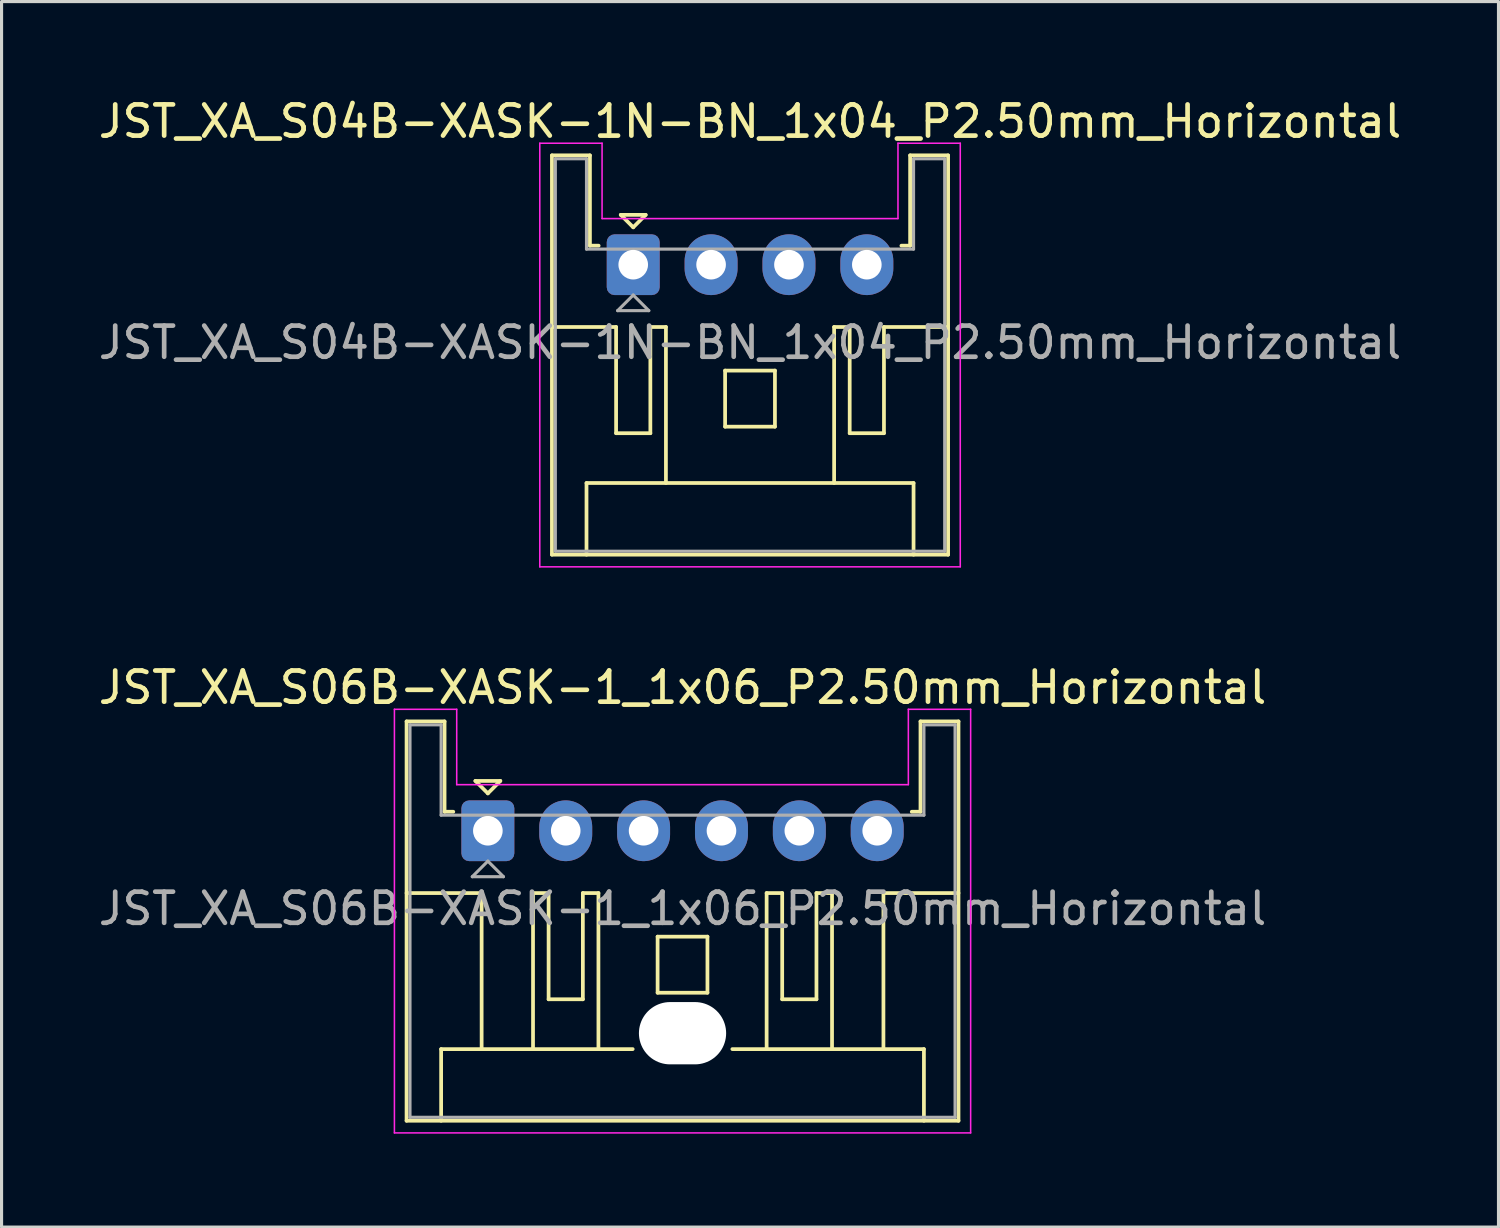
<source format=kicad_pcb>
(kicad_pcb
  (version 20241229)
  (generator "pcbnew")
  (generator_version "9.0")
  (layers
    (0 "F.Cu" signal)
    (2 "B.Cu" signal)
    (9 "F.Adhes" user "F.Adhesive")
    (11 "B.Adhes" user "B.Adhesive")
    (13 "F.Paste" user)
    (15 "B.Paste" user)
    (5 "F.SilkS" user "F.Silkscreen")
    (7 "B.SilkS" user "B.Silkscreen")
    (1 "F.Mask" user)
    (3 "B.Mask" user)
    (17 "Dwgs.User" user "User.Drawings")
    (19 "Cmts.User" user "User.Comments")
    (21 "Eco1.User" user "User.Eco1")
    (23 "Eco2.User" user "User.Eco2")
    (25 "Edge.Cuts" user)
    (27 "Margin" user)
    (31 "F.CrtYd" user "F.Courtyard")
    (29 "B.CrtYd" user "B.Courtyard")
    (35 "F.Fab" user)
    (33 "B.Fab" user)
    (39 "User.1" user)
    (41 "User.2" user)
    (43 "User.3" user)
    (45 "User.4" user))
  (footprint "JST_XA_S04B-XASK-1N-BN_1x04_P2.50mm_Horizontal"
    (layer "F.Cu")
    (at 17.28 5.448)
    (property "Reference" "JST_XA_S04B-XASK-1N-BN_1x04_P2.50mm_Horizontal" (at 3.75 -4.6 0) (layer "F.SilkS") (effects (font (size 1 1) (thickness 0.15))))
    (attr through_hole)
    (fp_line (start -2.61 -3.51) (end -2.61 9.31) (stroke (width 0.12) (type solid)) (layer "F.SilkS"))
    (fp_line (start -2.61 9.31) (end 10.11 9.31) (stroke (width 0.12) (type solid)) (layer "F.SilkS"))
    (fp_line (start -1.5 7.01) (end 9 7.01) (stroke (width 0.12) (type solid)) (layer "F.SilkS"))
    (fp_line (start -1.5 9.31) (end -1.5 7.01) (stroke (width 0.12) (type solid)) (layer "F.SilkS"))
    (fp_line (start -1.39 -3.51) (end -2.61 -3.51) (stroke (width 0.12) (type solid)) (layer "F.SilkS"))
    (fp_line (start -1.39 -0.61) (end -1.39 -3.51) (stroke (width 0.12) (type solid)) (layer "F.SilkS"))
    (fp_line (start -1.11 -0.61) (end -1.39 -0.61) (stroke (width 0.12) (type solid)) (layer "F.SilkS"))
    (fp_line (start -0.55 2) (end -2.61 2) (stroke (width 0.12) (type solid)) (layer "F.SilkS"))
    (fp_line (start -0.55 5.41) (end -0.55 2) (stroke (width 0.12) (type solid)) (layer "F.SilkS"))
    (fp_line (start -0.4 -1.6) (end 0.4 -1.6) (stroke (width 0.12) (type solid)) (layer "F.SilkS"))
    (fp_line (start 0 -1.2) (end -0.4 -1.6) (stroke (width 0.12) (type solid)) (layer "F.SilkS"))
    (fp_line (start 0.4 -1.6) (end 0 -1.2) (stroke (width 0.12) (type solid)) (layer "F.SilkS"))
    (fp_line (start 0.55 2) (end 0.55 5.41) (stroke (width 0.12) (type solid)) (layer "F.SilkS"))
    (fp_line (start 0.55 5.41) (end -0.55 5.41) (stroke (width 0.12) (type solid)) (layer "F.SilkS"))
    (fp_line (start 1.05 2) (end 0.55 2) (stroke (width 0.12) (type solid)) (layer "F.SilkS"))
    (fp_line (start 1.05 7.01) (end 1.05 2) (stroke (width 0.12) (type solid)) (layer "F.SilkS"))
    (fp_line (start 2.95 3.4) (end 4.55 3.4) (stroke (width 0.12) (type solid)) (layer "F.SilkS"))
    (fp_line (start 2.95 5.2) (end 2.95 3.4) (stroke (width 0.12) (type solid)) (layer "F.SilkS"))
    (fp_line (start 4.55 3.4) (end 4.55 5.2) (stroke (width 0.12) (type solid)) (layer "F.SilkS"))
    (fp_line (start 4.55 5.2) (end 2.95 5.2) (stroke (width 0.12) (type solid)) (layer "F.SilkS"))
    (fp_line (start 6.45 2) (end 6.95 2) (stroke (width 0.12) (type solid)) (layer "F.SilkS"))
    (fp_line (start 6.45 7.01) (end 6.45 2) (stroke (width 0.12) (type solid)) (layer "F.SilkS"))
    (fp_line (start 6.95 2) (end 6.95 5.41) (stroke (width 0.12) (type solid)) (layer "F.SilkS"))
    (fp_line (start 6.95 5.41) (end 8.05 5.41) (stroke (width 0.12) (type solid)) (layer "F.SilkS"))
    (fp_line (start 8.05 2) (end 10.11 2) (stroke (width 0.12) (type solid)) (layer "F.SilkS"))
    (fp_line (start 8.05 5.41) (end 8.05 2) (stroke (width 0.12) (type solid)) (layer "F.SilkS"))
    (fp_line (start 8.89 -3.51) (end 8.89 -0.61) (stroke (width 0.12) (type solid)) (layer "F.SilkS"))
    (fp_line (start 8.89 -0.61) (end 8.61 -0.61) (stroke (width 0.12) (type solid)) (layer "F.SilkS"))
    (fp_line (start 9 7.01) (end 9 9.31) (stroke (width 0.12) (type solid)) (layer "F.SilkS"))
    (fp_line (start 10.11 -3.51) (end 8.89 -3.51) (stroke (width 0.12) (type solid)) (layer "F.SilkS"))
    (fp_line (start 10.11 9.31) (end 10.11 -3.51) (stroke (width 0.12) (type solid)) (layer "F.SilkS"))
    (fp_line (start -3 -3.9) (end -3 9.7) (stroke (width 0.05) (type solid)) (layer "F.CrtYd"))
    (fp_line (start -3 9.7) (end 10.5 9.7) (stroke (width 0.05) (type solid)) (layer "F.CrtYd"))
    (fp_line (start -1 -3.9) (end -3 -3.9) (stroke (width 0.05) (type solid)) (layer "F.CrtYd"))
    (fp_line (start -1 -1.48) (end -1 -3.9) (stroke (width 0.05) (type solid)) (layer "F.CrtYd"))
    (fp_line (start 8.5 -3.9) (end 8.5 -1.48) (stroke (width 0.05) (type solid)) (layer "F.CrtYd"))
    (fp_line (start 8.5 -1.48) (end -1 -1.48) (stroke (width 0.05) (type solid)) (layer "F.CrtYd"))
    (fp_line (start 10.5 -3.9) (end 8.5 -3.9) (stroke (width 0.05) (type solid)) (layer "F.CrtYd"))
    (fp_line (start 10.5 9.7) (end 10.5 -3.9) (stroke (width 0.05) (type solid)) (layer "F.CrtYd"))
    (fp_line (start -2.5 -3.4) (end -2.5 9.2) (stroke (width 0.1) (type solid)) (layer "F.Fab"))
    (fp_line (start -2.5 9.2) (end 10 9.2) (stroke (width 0.1) (type solid)) (layer "F.Fab"))
    (fp_line (start -1.5 -3.4) (end -2.5 -3.4) (stroke (width 0.1) (type solid)) (layer "F.Fab"))
    (fp_line (start -1.5 -0.5) (end -1.5 -3.4) (stroke (width 0.1) (type solid)) (layer "F.Fab"))
    (fp_line (start -0.5 1.475) (end 0.5 1.475) (stroke (width 0.1) (type solid)) (layer "F.Fab"))
    (fp_line (start 0 0.975) (end -0.5 1.475) (stroke (width 0.1) (type solid)) (layer "F.Fab"))
    (fp_line (start 0.5 1.475) (end 0 0.975) (stroke (width 0.1) (type solid)) (layer "F.Fab"))
    (fp_line (start 9 -3.4) (end 9 -0.5) (stroke (width 0.1) (type solid)) (layer "F.Fab"))
    (fp_line (start 9 -0.5) (end -1.5 -0.5) (stroke (width 0.1) (type solid)) (layer "F.Fab"))
    (fp_line (start 10 -3.4) (end 9 -3.4) (stroke (width 0.1) (type solid)) (layer "F.Fab"))
    (fp_line (start 10 9.2) (end 10 -3.4) (stroke (width 0.1) (type solid)) (layer "F.Fab"))
    (fp_text user "${REFERENCE}" (at 3.75 2.5 0) (layer "F.Fab") (effects (font (size 1 1) (thickness 0.15))))
    (pad "1" thru_hole roundrect (at 0 0) (size 1.7 1.95) (drill 0.95) (layers "*.Cu" "*.Mask") (roundrect_rratio 0.147))
    (pad "2" thru_hole oval (at 2.5 0) (size 1.7 1.95) (drill 0.95) (layers "*.Cu" "*.Mask"))
    (pad "3" thru_hole oval (at 5 0) (size 1.7 1.95) (drill 0.95) (layers "*.Cu" "*.Mask"))
    (pad "4" thru_hole oval (at 7.5 0) (size 1.7 1.95) (drill 0.95) (layers "*.Cu" "*.Mask")))
  (footprint "JST_XA_S06B-XASK-1_1x06_P2.50mm_Horizontal"
    (layer "F.Cu")
    (at 12.613 23.622)
    (property "Reference" "JST_XA_S06B-XASK-1_1x06_P2.50mm_Horizontal" (at 6.25 -4.6 0) (layer "F.SilkS") (effects (font (size 1 1) (thickness 0.15))))
    (attr through_hole)
    (fp_line (start -2.61 -3.51) (end -2.61 9.31) (stroke (width 0.12) (type solid)) (layer "F.SilkS"))
    (fp_line (start -2.61 9.31) (end 15.11 9.31) (stroke (width 0.12) (type solid)) (layer "F.SilkS"))
    (fp_line (start -1.5 7.01) (end 4.65 7.01) (stroke (width 0.12) (type solid)) (layer "F.SilkS"))
    (fp_line (start -1.5 9.31) (end -1.5 7.01) (stroke (width 0.12) (type solid)) (layer "F.SilkS"))
    (fp_line (start -1.39 -3.51) (end -2.61 -3.51) (stroke (width 0.12) (type solid)) (layer "F.SilkS"))
    (fp_line (start -1.39 -0.61) (end -1.39 -3.51) (stroke (width 0.12) (type solid)) (layer "F.SilkS"))
    (fp_line (start -1.11 -0.61) (end -1.39 -0.61) (stroke (width 0.12) (type solid)) (layer "F.SilkS"))
    (fp_line (start -0.4 -1.6) (end 0.4 -1.6) (stroke (width 0.12) (type solid)) (layer "F.SilkS"))
    (fp_line (start -0.2 2) (end -2.61 2) (stroke (width 0.12) (type solid)) (layer "F.SilkS"))
    (fp_line (start -0.2 7.01) (end -0.2 2) (stroke (width 0.12) (type solid)) (layer "F.SilkS"))
    (fp_line (start 0 -1.2) (end -0.4 -1.6) (stroke (width 0.12) (type solid)) (layer "F.SilkS"))
    (fp_line (start 0.4 -1.6) (end 0 -1.2) (stroke (width 0.12) (type solid)) (layer "F.SilkS"))
    (fp_line (start 1.45 2) (end 1.45 7.01) (stroke (width 0.12) (type solid)) (layer "F.SilkS"))
    (fp_line (start 1.95 2) (end 1.45 2) (stroke (width 0.12) (type solid)) (layer "F.SilkS"))
    (fp_line (start 1.95 5.41) (end 1.95 2) (stroke (width 0.12) (type solid)) (layer "F.SilkS"))
    (fp_line (start 3.05 2) (end 3.05 5.41) (stroke (width 0.12) (type solid)) (layer "F.SilkS"))
    (fp_line (start 3.05 5.41) (end 1.95 5.41) (stroke (width 0.12) (type solid)) (layer "F.SilkS"))
    (fp_line (start 3.55 2) (end 3.05 2) (stroke (width 0.12) (type solid)) (layer "F.SilkS"))
    (fp_line (start 3.55 7.01) (end 3.55 2) (stroke (width 0.12) (type solid)) (layer "F.SilkS"))
    (fp_line (start 5.45 3.4) (end 7.05 3.4) (stroke (width 0.12) (type solid)) (layer "F.SilkS"))
    (fp_line (start 5.45 5.2) (end 5.45 3.4) (stroke (width 0.12) (type solid)) (layer "F.SilkS"))
    (fp_line (start 7.05 3.4) (end 7.05 5.2) (stroke (width 0.12) (type solid)) (layer "F.SilkS"))
    (fp_line (start 7.05 5.2) (end 5.45 5.2) (stroke (width 0.12) (type solid)) (layer "F.SilkS"))
    (fp_line (start 7.85 7.01) (end 14 7.01) (stroke (width 0.12) (type solid)) (layer "F.SilkS"))
    (fp_line (start 8.95 2) (end 9.45 2) (stroke (width 0.12) (type solid)) (layer "F.SilkS"))
    (fp_line (start 8.95 7.01) (end 8.95 2) (stroke (width 0.12) (type solid)) (layer "F.SilkS"))
    (fp_line (start 9.45 2) (end 9.45 5.41) (stroke (width 0.12) (type solid)) (layer "F.SilkS"))
    (fp_line (start 9.45 5.41) (end 10.55 5.41) (stroke (width 0.12) (type solid)) (layer "F.SilkS"))
    (fp_line (start 10.55 2) (end 11.05 2) (stroke (width 0.12) (type solid)) (layer "F.SilkS"))
    (fp_line (start 10.55 5.41) (end 10.55 2) (stroke (width 0.12) (type solid)) (layer "F.SilkS"))
    (fp_line (start 11.05 2) (end 11.05 7.01) (stroke (width 0.12) (type solid)) (layer "F.SilkS"))
    (fp_line (start 12.7 2) (end 15.11 2) (stroke (width 0.12) (type solid)) (layer "F.SilkS"))
    (fp_line (start 12.7 7.01) (end 12.7 2) (stroke (width 0.12) (type solid)) (layer "F.SilkS"))
    (fp_line (start 13.89 -3.51) (end 13.89 -0.61) (stroke (width 0.12) (type solid)) (layer "F.SilkS"))
    (fp_line (start 13.89 -0.61) (end 13.61 -0.61) (stroke (width 0.12) (type solid)) (layer "F.SilkS"))
    (fp_line (start 14 7.01) (end 14 9.31) (stroke (width 0.12) (type solid)) (layer "F.SilkS"))
    (fp_line (start 15.11 -3.51) (end 13.89 -3.51) (stroke (width 0.12) (type solid)) (layer "F.SilkS"))
    (fp_line (start 15.11 9.31) (end 15.11 -3.51) (stroke (width 0.12) (type solid)) (layer "F.SilkS"))
    (fp_line (start -3 -3.9) (end -3 9.7) (stroke (width 0.05) (type solid)) (layer "F.CrtYd"))
    (fp_line (start -3 9.7) (end 15.5 9.7) (stroke (width 0.05) (type solid)) (layer "F.CrtYd"))
    (fp_line (start -1 -3.9) (end -3 -3.9) (stroke (width 0.05) (type solid)) (layer "F.CrtYd"))
    (fp_line (start -1 -1.48) (end -1 -3.9) (stroke (width 0.05) (type solid)) (layer "F.CrtYd"))
    (fp_line (start 13.5 -3.9) (end 13.5 -1.48) (stroke (width 0.05) (type solid)) (layer "F.CrtYd"))
    (fp_line (start 13.5 -1.48) (end -1 -1.48) (stroke (width 0.05) (type solid)) (layer "F.CrtYd"))
    (fp_line (start 15.5 -3.9) (end 13.5 -3.9) (stroke (width 0.05) (type solid)) (layer "F.CrtYd"))
    (fp_line (start 15.5 9.7) (end 15.5 -3.9) (stroke (width 0.05) (type solid)) (layer "F.CrtYd"))
    (fp_line (start -2.5 -3.4) (end -2.5 9.2) (stroke (width 0.1) (type solid)) (layer "F.Fab"))
    (fp_line (start -2.5 9.2) (end 15 9.2) (stroke (width 0.1) (type solid)) (layer "F.Fab"))
    (fp_line (start -1.5 -3.4) (end -2.5 -3.4) (stroke (width 0.1) (type solid)) (layer "F.Fab"))
    (fp_line (start -1.5 -0.5) (end -1.5 -3.4) (stroke (width 0.1) (type solid)) (layer "F.Fab"))
    (fp_line (start -0.5 1.475) (end 0.5 1.475) (stroke (width 0.1) (type solid)) (layer "F.Fab"))
    (fp_line (start 0 0.975) (end -0.5 1.475) (stroke (width 0.1) (type solid)) (layer "F.Fab"))
    (fp_line (start 0.5 1.475) (end 0 0.975) (stroke (width 0.1) (type solid)) (layer "F.Fab"))
    (fp_line (start 14 -3.4) (end 14 -0.5) (stroke (width 0.1) (type solid)) (layer "F.Fab"))
    (fp_line (start 14 -0.5) (end -1.5 -0.5) (stroke (width 0.1) (type solid)) (layer "F.Fab"))
    (fp_line (start 15 -3.4) (end 14 -3.4) (stroke (width 0.1) (type solid)) (layer "F.Fab"))
    (fp_line (start 15 9.2) (end 15 -3.4) (stroke (width 0.1) (type solid)) (layer "F.Fab"))
    (fp_text user "${REFERENCE}" (at 6.25 2.5 0) (layer "F.Fab") (effects (font (size 1 1) (thickness 0.15))))
    (pad "" np_thru_hole oval (at 6.25 6.5) (size 2.8 2) (drill oval 2.8 2) (layers "*.Cu" "*.Mask"))
    (pad "1" thru_hole roundrect (at 0 0) (size 1.7 1.95) (drill 0.95) (layers "*.Cu" "*.Mask") (roundrect_rratio 0.147))
    (pad "2" thru_hole oval (at 2.5 0) (size 1.7 1.95) (drill 0.95) (layers "*.Cu" "*.Mask"))
    (pad "3" thru_hole oval (at 5 0) (size 1.7 1.95) (drill 0.95) (layers "*.Cu" "*.Mask"))
    (pad "4" thru_hole oval (at 7.5 0) (size 1.7 1.95) (drill 0.95) (layers "*.Cu" "*.Mask"))
    (pad "5" thru_hole oval (at 10 0) (size 1.7 1.95) (drill 0.95) (layers "*.Cu" "*.Mask"))
    (pad "6" thru_hole oval (at 12.5 0) (size 1.7 1.95) (drill 0.95) (layers "*.Cu" "*.Mask")))
  (gr_rect
    (start -3 -3)
    (end 45.06 36.346)
    (stroke (width 0.1) (type default))
    (fill no)
    (layer "Edge.Cuts")))
</source>
